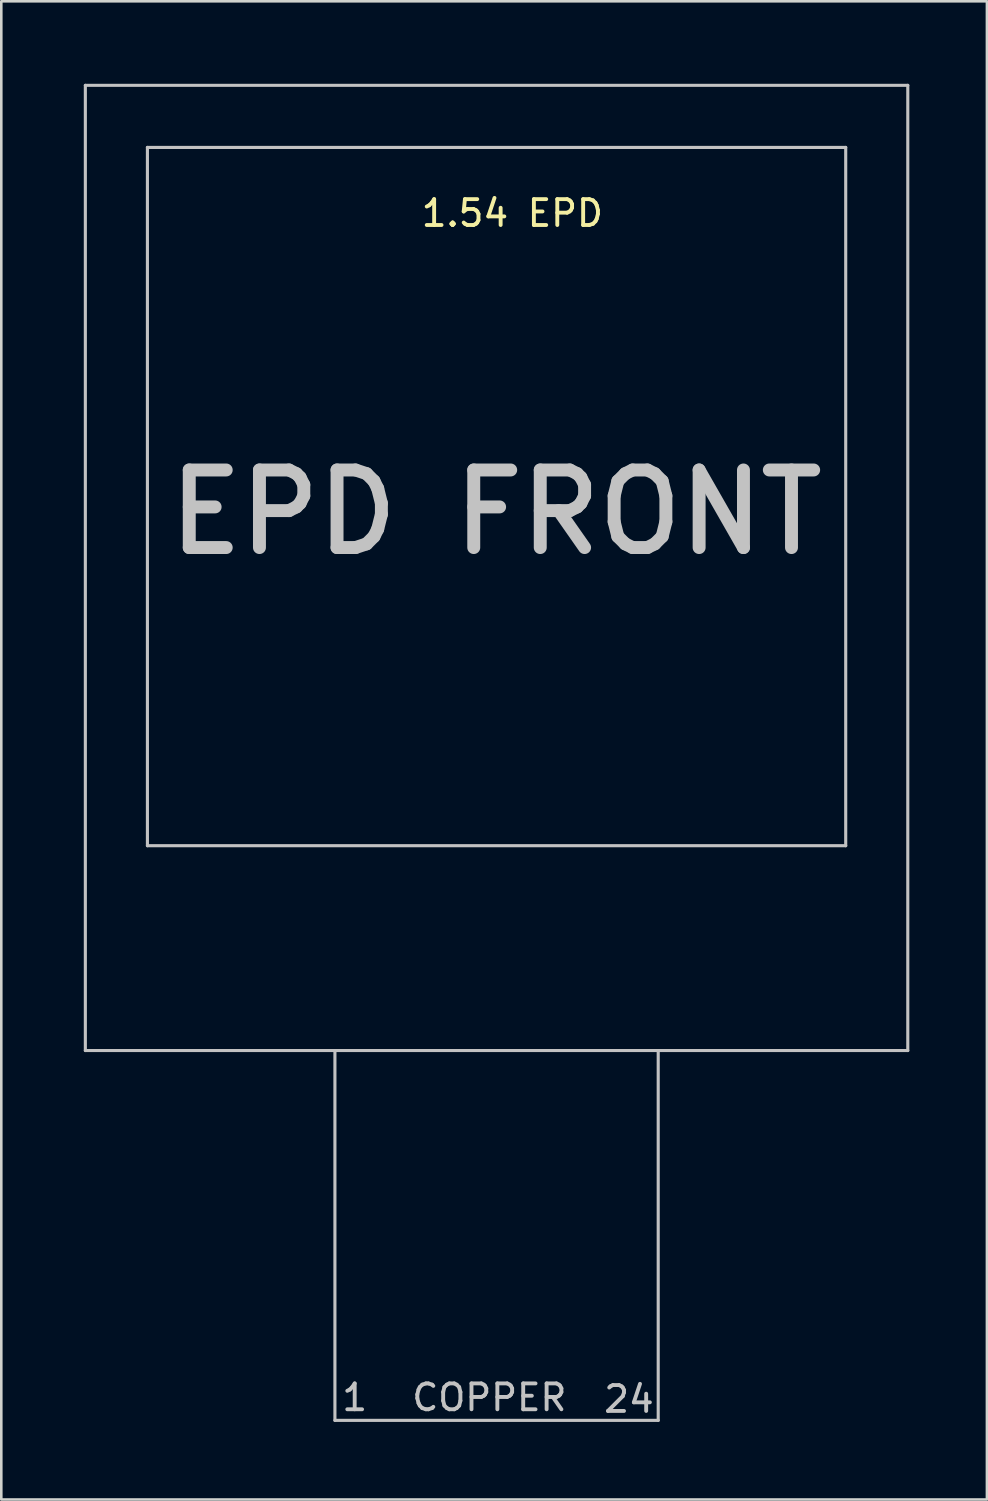
<source format=kicad_pcb>
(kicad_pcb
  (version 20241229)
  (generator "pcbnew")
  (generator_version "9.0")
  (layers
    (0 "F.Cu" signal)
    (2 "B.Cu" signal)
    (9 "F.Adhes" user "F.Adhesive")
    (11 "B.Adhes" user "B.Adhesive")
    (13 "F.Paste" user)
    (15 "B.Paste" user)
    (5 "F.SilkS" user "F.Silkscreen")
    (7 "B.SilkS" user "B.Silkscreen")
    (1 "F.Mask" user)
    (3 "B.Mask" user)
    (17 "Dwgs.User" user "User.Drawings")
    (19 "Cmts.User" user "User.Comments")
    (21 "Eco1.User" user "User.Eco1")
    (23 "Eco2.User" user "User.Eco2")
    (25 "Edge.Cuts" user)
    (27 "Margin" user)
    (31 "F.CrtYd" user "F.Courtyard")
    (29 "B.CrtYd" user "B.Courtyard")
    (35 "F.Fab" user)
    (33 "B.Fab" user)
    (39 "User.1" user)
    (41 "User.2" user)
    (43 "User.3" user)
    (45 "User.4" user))
  (footprint "1.54 EPD"
    (layer "F.Cu")
    (at 0.25 0.25)
    (property "Reference" "1.54 EPD" (at 16.51 4.945 0) (layer "F.SilkS") (effects (font (size 1 1) (thickness 0.15))))
    (attr through_hole)
    (fp_line (start 0 37.32) (end 0 0) (stroke (width 0.12) (type solid)) (layer "Dwgs.User"))
    (fp_line (start 2.4 2.4) (end 2.4 29.4) (stroke (width 0.12) (type solid)) (layer "Dwgs.User"))
    (fp_line (start 2.4 2.4) (end 29.4 2.4) (stroke (width 0.12) (type solid)) (layer "Dwgs.User"))
    (fp_line (start 2.4 29.4) (end 29.4 29.4) (stroke (width 0.12) (type solid)) (layer "Dwgs.User"))
    (fp_line (start 9.65 37.32) (end 9.65 51.62) (stroke (width 0.12) (type solid)) (layer "Dwgs.User"))
    (fp_line (start 9.65 51.62) (end 22.15 51.62) (stroke (width 0.12) (type solid)) (layer "Dwgs.User"))
    (fp_line (start 22.15 37.32) (end 22.15 51.62) (stroke (width 0.12) (type solid)) (layer "Dwgs.User"))
    (fp_line (start 29.4 2.4) (end 29.4 29.4) (stroke (width 0.12) (type solid)) (layer "Dwgs.User"))
    (fp_line (start 31.8 0) (end 0 0) (stroke (width 0.12) (type solid)) (layer "Dwgs.User"))
    (fp_line (start 31.8 37.32) (end 0 37.32) (stroke (width 0.12) (type solid)) (layer "Dwgs.User"))
    (fp_line (start 31.8 37.32) (end 31.8 0) (stroke (width 0.12) (type solid)) (layer "Dwgs.User"))
    (fp_text user "COPPER" (at 15.621 50.736 0) (layer "Dwgs.User") (effects (font (size 1 1) (thickness 0.15))))
    (fp_text user "1" (at 10.414 50.736 0) (layer "Dwgs.User") (effects (font (size 1 1) (thickness 0.15))))
    (fp_text user "24" (at 21.018 50.8 0) (layer "Dwgs.User") (effects (font (size 1 1) (thickness 0.15))))
    (fp_text user "EPD FRONT" (at 15.875 16.51 0) (layer "Dwgs.User") (effects (font (size 3 3) (thickness 0.5)))))
  (gr_rect
    (start -3 -3)
    (end 35.11 54.93)
    (stroke (width 0.1) (type default))
    (fill no)
    (layer "Edge.Cuts")))
</source>
